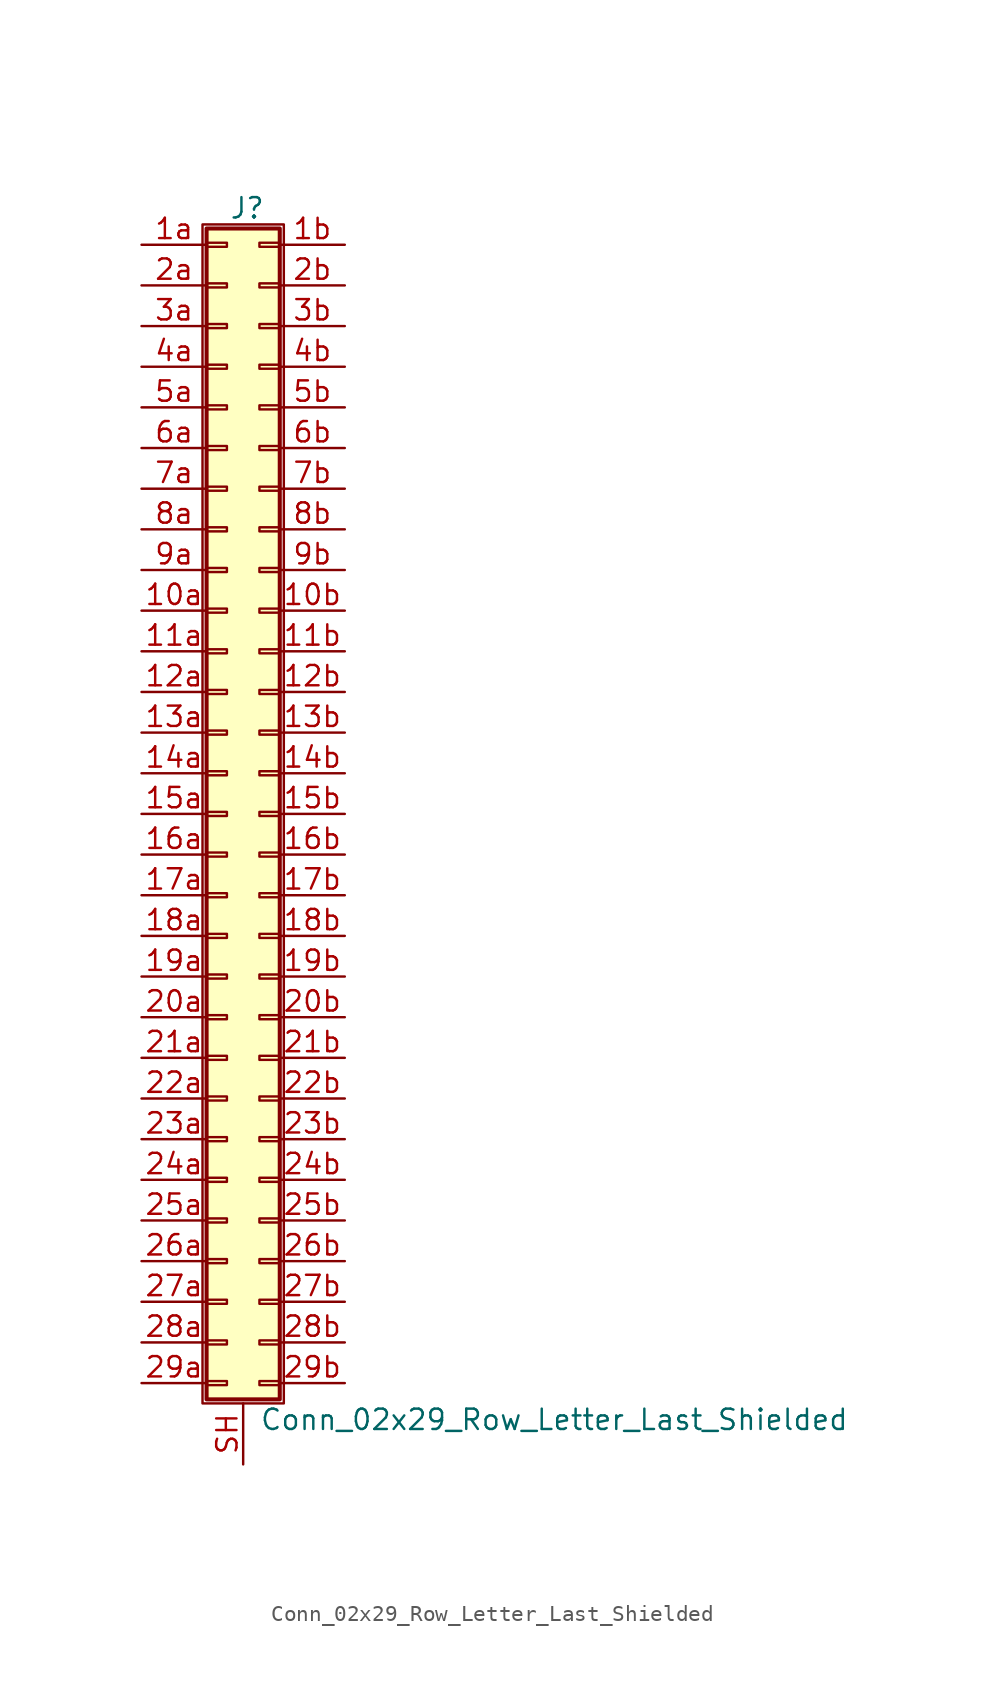
<source format=kicad_sym>
(kicad_symbol_lib
  (version 20220914)
  (generator kicad_symbol_editor)
  (symbol "Conn_02x29_Row_Letter_Last_Shielded"
    (pin_names
      (offset 1.016) hide)
    (property "Reference" "J"
      (at 1.524 37.846 0)
      (effects (font (size 1.27 1.27))))
    (property "Value" "Conn_02x29_Row_Letter_Last_Shielded"
      (at 2.286 -37.846 0)
      (effects (font (size 1.27 1.27)) (justify left)))
    (symbol "Conn_02x29_Row_Letter_Last_Shielded_1_1"
      (rectangle (start -1.27 36.83) (end 3.81 -36.83) (stroke (width 0.152) (type default)) (fill (type none)))
      (rectangle (start -1.016 -35.433) (end 0.254 -35.687) (stroke (width 0.152) (type default)) (fill (type none)))
      (rectangle (start -1.016 -32.893) (end 0.254 -33.147) (stroke (width 0.152) (type default)) (fill (type none)))
      (rectangle (start -1.016 -30.353) (end 0.254 -30.607) (stroke (width 0.152) (type default)) (fill (type none)))
      (rectangle (start -1.016 -27.813) (end 0.254 -28.067) (stroke (width 0.152) (type default)) (fill (type none)))
      (rectangle (start -1.016 -25.273) (end 0.254 -25.527) (stroke (width 0.152) (type default)) (fill (type none)))
      (rectangle (start -1.016 -22.733) (end 0.254 -22.987) (stroke (width 0.152) (type default)) (fill (type none)))
      (rectangle (start -1.016 -20.193) (end 0.254 -20.447) (stroke (width 0.152) (type default)) (fill (type none)))
      (rectangle (start -1.016 -17.653) (end 0.254 -17.907) (stroke (width 0.152) (type default)) (fill (type none)))
      (rectangle (start -1.016 -15.113) (end 0.254 -15.367) (stroke (width 0.152) (type default)) (fill (type none)))
      (rectangle (start -1.016 -12.573) (end 0.254 -12.827) (stroke (width 0.152) (type default)) (fill (type none)))
      (rectangle (start -1.016 -10.033) (end 0.254 -10.287) (stroke (width 0.152) (type default)) (fill (type none)))
      (rectangle (start -1.016 -7.493) (end 0.254 -7.747) (stroke (width 0.152) (type default)) (fill (type none)))
      (rectangle (start -1.016 -4.953) (end 0.254 -5.207) (stroke (width 0.152) (type default)) (fill (type none)))
      (rectangle (start -1.016 -2.413) (end 0.254 -2.667) (stroke (width 0.152) (type default)) (fill (type none)))
      (rectangle (start -1.016 0.127) (end 0.254 -0.127) (stroke (width 0.152) (type default)) (fill (type none)))
      (rectangle (start -1.016 2.667) (end 0.254 2.413) (stroke (width 0.152) (type default)) (fill (type none)))
      (rectangle (start -1.016 5.207) (end 0.254 4.953) (stroke (width 0.152) (type default)) (fill (type none)))
      (rectangle (start -1.016 7.747) (end 0.254 7.493) (stroke (width 0.152) (type default)) (fill (type none)))
      (rectangle (start -1.016 10.287) (end 0.254 10.033) (stroke (width 0.152) (type default)) (fill (type none)))
      (rectangle (start -1.016 12.827) (end 0.254 12.573) (stroke (width 0.152) (type default)) (fill (type none)))
      (rectangle (start -1.016 15.367) (end 0.254 15.113) (stroke (width 0.152) (type default)) (fill (type none)))
      (rectangle (start -1.016 17.907) (end 0.254 17.653) (stroke (width 0.152) (type default)) (fill (type none)))
      (rectangle (start -1.016 20.447) (end 0.254 20.193) (stroke (width 0.152) (type default)) (fill (type none)))
      (rectangle (start -1.016 22.987) (end 0.254 22.733) (stroke (width 0.152) (type default)) (fill (type none)))
      (rectangle (start -1.016 25.527) (end 0.254 25.273) (stroke (width 0.152) (type default)) (fill (type none)))
      (rectangle (start -1.016 28.067) (end 0.254 27.813) (stroke (width 0.152) (type default)) (fill (type none)))
      (rectangle (start -1.016 30.607) (end 0.254 30.353) (stroke (width 0.152) (type default)) (fill (type none)))
      (rectangle (start -1.016 33.147) (end 0.254 32.893) (stroke (width 0.152) (type default)) (fill (type none)))
      (rectangle (start -1.016 35.687) (end 0.254 35.433) (stroke (width 0.152) (type default)) (fill (type none)))
      (rectangle (start -1.016 36.576) (end 3.556 -36.576) (stroke (width 0.254) (type default)) (fill (type background)))
      (rectangle (start 3.556 -35.433) (end 2.286 -35.687) (stroke (width 0.152) (type default)) (fill (type none)))
      (rectangle (start 3.556 -32.893) (end 2.286 -33.147) (stroke (width 0.152) (type default)) (fill (type none)))
      (rectangle (start 3.556 -30.353) (end 2.286 -30.607) (stroke (width 0.152) (type default)) (fill (type none)))
      (rectangle (start 3.556 -27.813) (end 2.286 -28.067) (stroke (width 0.152) (type default)) (fill (type none)))
      (rectangle (start 3.556 -25.273) (end 2.286 -25.527) (stroke (width 0.152) (type default)) (fill (type none)))
      (rectangle (start 3.556 -22.733) (end 2.286 -22.987) (stroke (width 0.152) (type default)) (fill (type none)))
      (rectangle (start 3.556 -20.193) (end 2.286 -20.447) (stroke (width 0.152) (type default)) (fill (type none)))
      (rectangle (start 3.556 -17.653) (end 2.286 -17.907) (stroke (width 0.152) (type default)) (fill (type none)))
      (rectangle (start 3.556 -15.113) (end 2.286 -15.367) (stroke (width 0.152) (type default)) (fill (type none)))
      (rectangle (start 3.556 -12.573) (end 2.286 -12.827) (stroke (width 0.152) (type default)) (fill (type none)))
      (rectangle (start 3.556 -10.033) (end 2.286 -10.287) (stroke (width 0.152) (type default)) (fill (type none)))
      (rectangle (start 3.556 -7.493) (end 2.286 -7.747) (stroke (width 0.152) (type default)) (fill (type none)))
      (rectangle (start 3.556 -4.953) (end 2.286 -5.207) (stroke (width 0.152) (type default)) (fill (type none)))
      (rectangle (start 3.556 -2.413) (end 2.286 -2.667) (stroke (width 0.152) (type default)) (fill (type none)))
      (rectangle (start 3.556 0.127) (end 2.286 -0.127) (stroke (width 0.152) (type default)) (fill (type none)))
      (rectangle (start 3.556 2.667) (end 2.286 2.413) (stroke (width 0.152) (type default)) (fill (type none)))
      (rectangle (start 3.556 5.207) (end 2.286 4.953) (stroke (width 0.152) (type default)) (fill (type none)))
      (rectangle (start 3.556 7.747) (end 2.286 7.493) (stroke (width 0.152) (type default)) (fill (type none)))
      (rectangle (start 3.556 10.287) (end 2.286 10.033) (stroke (width 0.152) (type default)) (fill (type none)))
      (rectangle (start 3.556 12.827) (end 2.286 12.573) (stroke (width 0.152) (type default)) (fill (type none)))
      (rectangle (start 3.556 15.367) (end 2.286 15.113) (stroke (width 0.152) (type default)) (fill (type none)))
      (rectangle (start 3.556 17.907) (end 2.286 17.653) (stroke (width 0.152) (type default)) (fill (type none)))
      (rectangle (start 3.556 20.447) (end 2.286 20.193) (stroke (width 0.152) (type default)) (fill (type none)))
      (rectangle (start 3.556 22.987) (end 2.286 22.733) (stroke (width 0.152) (type default)) (fill (type none)))
      (rectangle (start 3.556 25.527) (end 2.286 25.273) (stroke (width 0.152) (type default)) (fill (type none)))
      (rectangle (start 3.556 28.067) (end 2.286 27.813) (stroke (width 0.152) (type default)) (fill (type none)))
      (rectangle (start 3.556 30.607) (end 2.286 30.353) (stroke (width 0.152) (type default)) (fill (type none)))
      (rectangle (start 3.556 33.147) (end 2.286 32.893) (stroke (width 0.152) (type default)) (fill (type none)))
      (rectangle (start 3.556 35.687) (end 2.286 35.433) (stroke (width 0.152) (type default)) (fill (type none)))
      (pin passive line (at -5.08 12.7 0) (length 4.064) (name "Pin_10a" (effects (font (size 1.27 1.27)))) (number "10a" (effects (font (size 1.27 1.27)))))
      (pin passive line (at 7.62 12.7 180) (length 4.064) (name "Pin_10b" (effects (font (size 1.27 1.27)))) (number "10b" (effects (font (size 1.27 1.27)))))
      (pin passive line (at -5.08 10.16 0) (length 4.064) (name "Pin_11a" (effects (font (size 1.27 1.27)))) (number "11a" (effects (font (size 1.27 1.27)))))
      (pin passive line (at 7.62 10.16 180) (length 4.064) (name "Pin_11b" (effects (font (size 1.27 1.27)))) (number "11b" (effects (font (size 1.27 1.27)))))
      (pin passive line (at -5.08 7.62 0) (length 4.064) (name "Pin_12a" (effects (font (size 1.27 1.27)))) (number "12a" (effects (font (size 1.27 1.27)))))
      (pin passive line (at 7.62 7.62 180) (length 4.064) (name "Pin_12b" (effects (font (size 1.27 1.27)))) (number "12b" (effects (font (size 1.27 1.27)))))
      (pin passive line (at -5.08 5.08 0) (length 4.064) (name "Pin_13a" (effects (font (size 1.27 1.27)))) (number "13a" (effects (font (size 1.27 1.27)))))
      (pin passive line (at 7.62 5.08 180) (length 4.064) (name "Pin_13b" (effects (font (size 1.27 1.27)))) (number "13b" (effects (font (size 1.27 1.27)))))
      (pin passive line (at -5.08 2.54 0) (length 4.064) (name "Pin_14a" (effects (font (size 1.27 1.27)))) (number "14a" (effects (font (size 1.27 1.27)))))
      (pin passive line (at 7.62 2.54 180) (length 4.064) (name "Pin_14b" (effects (font (size 1.27 1.27)))) (number "14b" (effects (font (size 1.27 1.27)))))
      (pin passive line (at -5.08 0 0) (length 4.064) (name "Pin_15a" (effects (font (size 1.27 1.27)))) (number "15a" (effects (font (size 1.27 1.27)))))
      (pin passive line (at 7.62 0 180) (length 4.064) (name "Pin_15b" (effects (font (size 1.27 1.27)))) (number "15b" (effects (font (size 1.27 1.27)))))
      (pin passive line (at -5.08 -2.54 0) (length 4.064) (name "Pin_16a" (effects (font (size 1.27 1.27)))) (number "16a" (effects (font (size 1.27 1.27)))))
      (pin passive line (at 7.62 -2.54 180) (length 4.064) (name "Pin_16b" (effects (font (size 1.27 1.27)))) (number "16b" (effects (font (size 1.27 1.27)))))
      (pin passive line (at -5.08 -5.08 0) (length 4.064) (name "Pin_17a" (effects (font (size 1.27 1.27)))) (number "17a" (effects (font (size 1.27 1.27)))))
      (pin passive line (at 7.62 -5.08 180) (length 4.064) (name "Pin_17b" (effects (font (size 1.27 1.27)))) (number "17b" (effects (font (size 1.27 1.27)))))
      (pin passive line (at -5.08 -7.62 0) (length 4.064) (name "Pin_18a" (effects (font (size 1.27 1.27)))) (number "18a" (effects (font (size 1.27 1.27)))))
      (pin passive line (at 7.62 -7.62 180) (length 4.064) (name "Pin_18b" (effects (font (size 1.27 1.27)))) (number "18b" (effects (font (size 1.27 1.27)))))
      (pin passive line (at -5.08 -10.16 0) (length 4.064) (name "Pin_19a" (effects (font (size 1.27 1.27)))) (number "19a" (effects (font (size 1.27 1.27)))))
      (pin passive line (at 7.62 -10.16 180) (length 4.064) (name "Pin_19b" (effects (font (size 1.27 1.27)))) (number "19b" (effects (font (size 1.27 1.27)))))
      (pin passive line (at -5.08 35.56 0) (length 4.064) (name "Pin_1a" (effects (font (size 1.27 1.27)))) (number "1a" (effects (font (size 1.27 1.27)))))
      (pin passive line (at 7.62 35.56 180) (length 4.064) (name "Pin_1b" (effects (font (size 1.27 1.27)))) (number "1b" (effects (font (size 1.27 1.27)))))
      (pin passive line (at -5.08 -12.7 0) (length 4.064) (name "Pin_20a" (effects (font (size 1.27 1.27)))) (number "20a" (effects (font (size 1.27 1.27)))))
      (pin passive line (at 7.62 -12.7 180) (length 4.064) (name "Pin_20b" (effects (font (size 1.27 1.27)))) (number "20b" (effects (font (size 1.27 1.27)))))
      (pin passive line (at -5.08 -15.24 0) (length 4.064) (name "Pin_21a" (effects (font (size 1.27 1.27)))) (number "21a" (effects (font (size 1.27 1.27)))))
      (pin passive line (at 7.62 -15.24 180) (length 4.064) (name "Pin_21b" (effects (font (size 1.27 1.27)))) (number "21b" (effects (font (size 1.27 1.27)))))
      (pin passive line (at -5.08 -17.78 0) (length 4.064) (name "Pin_22a" (effects (font (size 1.27 1.27)))) (number "22a" (effects (font (size 1.27 1.27)))))
      (pin passive line (at 7.62 -17.78 180) (length 4.064) (name "Pin_22b" (effects (font (size 1.27 1.27)))) (number "22b" (effects (font (size 1.27 1.27)))))
      (pin passive line (at -5.08 -20.32 0) (length 4.064) (name "Pin_23a" (effects (font (size 1.27 1.27)))) (number "23a" (effects (font (size 1.27 1.27)))))
      (pin passive line (at 7.62 -20.32 180) (length 4.064) (name "Pin_23b" (effects (font (size 1.27 1.27)))) (number "23b" (effects (font (size 1.27 1.27)))))
      (pin passive line (at -5.08 -22.86 0) (length 4.064) (name "Pin_24a" (effects (font (size 1.27 1.27)))) (number "24a" (effects (font (size 1.27 1.27)))))
      (pin passive line (at 7.62 -22.86 180) (length 4.064) (name "Pin_24b" (effects (font (size 1.27 1.27)))) (number "24b" (effects (font (size 1.27 1.27)))))
      (pin passive line (at -5.08 -25.4 0) (length 4.064) (name "Pin_25a" (effects (font (size 1.27 1.27)))) (number "25a" (effects (font (size 1.27 1.27)))))
      (pin passive line (at 7.62 -25.4 180) (length 4.064) (name "Pin_25b" (effects (font (size 1.27 1.27)))) (number "25b" (effects (font (size 1.27 1.27)))))
      (pin passive line (at -5.08 -27.94 0) (length 4.064) (name "Pin_26a" (effects (font (size 1.27 1.27)))) (number "26a" (effects (font (size 1.27 1.27)))))
      (pin passive line (at 7.62 -27.94 180) (length 4.064) (name "Pin_26b" (effects (font (size 1.27 1.27)))) (number "26b" (effects (font (size 1.27 1.27)))))
      (pin passive line (at -5.08 -30.48 0) (length 4.064) (name "Pin_27a" (effects (font (size 1.27 1.27)))) (number "27a" (effects (font (size 1.27 1.27)))))
      (pin passive line (at 7.62 -30.48 180) (length 4.064) (name "Pin_27b" (effects (font (size 1.27 1.27)))) (number "27b" (effects (font (size 1.27 1.27)))))
      (pin passive line (at -5.08 -33.02 0) (length 4.064) (name "Pin_28a" (effects (font (size 1.27 1.27)))) (number "28a" (effects (font (size 1.27 1.27)))))
      (pin passive line (at 7.62 -33.02 180) (length 4.064) (name "Pin_28b" (effects (font (size 1.27 1.27)))) (number "28b" (effects (font (size 1.27 1.27)))))
      (pin passive line (at -5.08 -35.56 0) (length 4.064) (name "Pin_29a" (effects (font (size 1.27 1.27)))) (number "29a" (effects (font (size 1.27 1.27)))))
      (pin passive line (at 7.62 -35.56 180) (length 4.064) (name "Pin_29b" (effects (font (size 1.27 1.27)))) (number "29b" (effects (font (size 1.27 1.27)))))
      (pin passive line (at -5.08 33.02 0) (length 4.064) (name "Pin_2a" (effects (font (size 1.27 1.27)))) (number "2a" (effects (font (size 1.27 1.27)))))
      (pin passive line (at 7.62 33.02 180) (length 4.064) (name "Pin_2b" (effects (font (size 1.27 1.27)))) (number "2b" (effects (font (size 1.27 1.27)))))
      (pin passive line (at -5.08 30.48 0) (length 4.064) (name "Pin_3a" (effects (font (size 1.27 1.27)))) (number "3a" (effects (font (size 1.27 1.27)))))
      (pin passive line (at 7.62 30.48 180) (length 4.064) (name "Pin_3b" (effects (font (size 1.27 1.27)))) (number "3b" (effects (font (size 1.27 1.27)))))
      (pin passive line (at -5.08 27.94 0) (length 4.064) (name "Pin_4a" (effects (font (size 1.27 1.27)))) (number "4a" (effects (font (size 1.27 1.27)))))
      (pin passive line (at 7.62 27.94 180) (length 4.064) (name "Pin_4b" (effects (font (size 1.27 1.27)))) (number "4b" (effects (font (size 1.27 1.27)))))
      (pin passive line (at -5.08 25.4 0) (length 4.064) (name "Pin_5a" (effects (font (size 1.27 1.27)))) (number "5a" (effects (font (size 1.27 1.27)))))
      (pin passive line (at 7.62 25.4 180) (length 4.064) (name "Pin_5b" (effects (font (size 1.27 1.27)))) (number "5b" (effects (font (size 1.27 1.27)))))
      (pin passive line (at -5.08 22.86 0) (length 4.064) (name "Pin_6a" (effects (font (size 1.27 1.27)))) (number "6a" (effects (font (size 1.27 1.27)))))
      (pin passive line (at 7.62 22.86 180) (length 4.064) (name "Pin_6b" (effects (font (size 1.27 1.27)))) (number "6b" (effects (font (size 1.27 1.27)))))
      (pin passive line (at -5.08 20.32 0) (length 4.064) (name "Pin_7a" (effects (font (size 1.27 1.27)))) (number "7a" (effects (font (size 1.27 1.27)))))
      (pin passive line (at 7.62 20.32 180) (length 4.064) (name "Pin_7b" (effects (font (size 1.27 1.27)))) (number "7b" (effects (font (size 1.27 1.27)))))
      (pin passive line (at -5.08 17.78 0) (length 4.064) (name "Pin_8a" (effects (font (size 1.27 1.27)))) (number "8a" (effects (font (size 1.27 1.27)))))
      (pin passive line (at 7.62 17.78 180) (length 4.064) (name "Pin_8b" (effects (font (size 1.27 1.27)))) (number "8b" (effects (font (size 1.27 1.27)))))
      (pin passive line (at -5.08 15.24 0) (length 4.064) (name "Pin_9a" (effects (font (size 1.27 1.27)))) (number "9a" (effects (font (size 1.27 1.27)))))
      (pin passive line (at 7.62 15.24 180) (length 4.064) (name "Pin_9b" (effects (font (size 1.27 1.27)))) (number "9b" (effects (font (size 1.27 1.27)))))
      (pin passive line (at 1.27 -40.64 90) (length 3.81) (name "Shield" (effects (font (size 1.27 1.27)))) (number "SH" (effects (font (size 1.27 1.27))))))))
</source>
